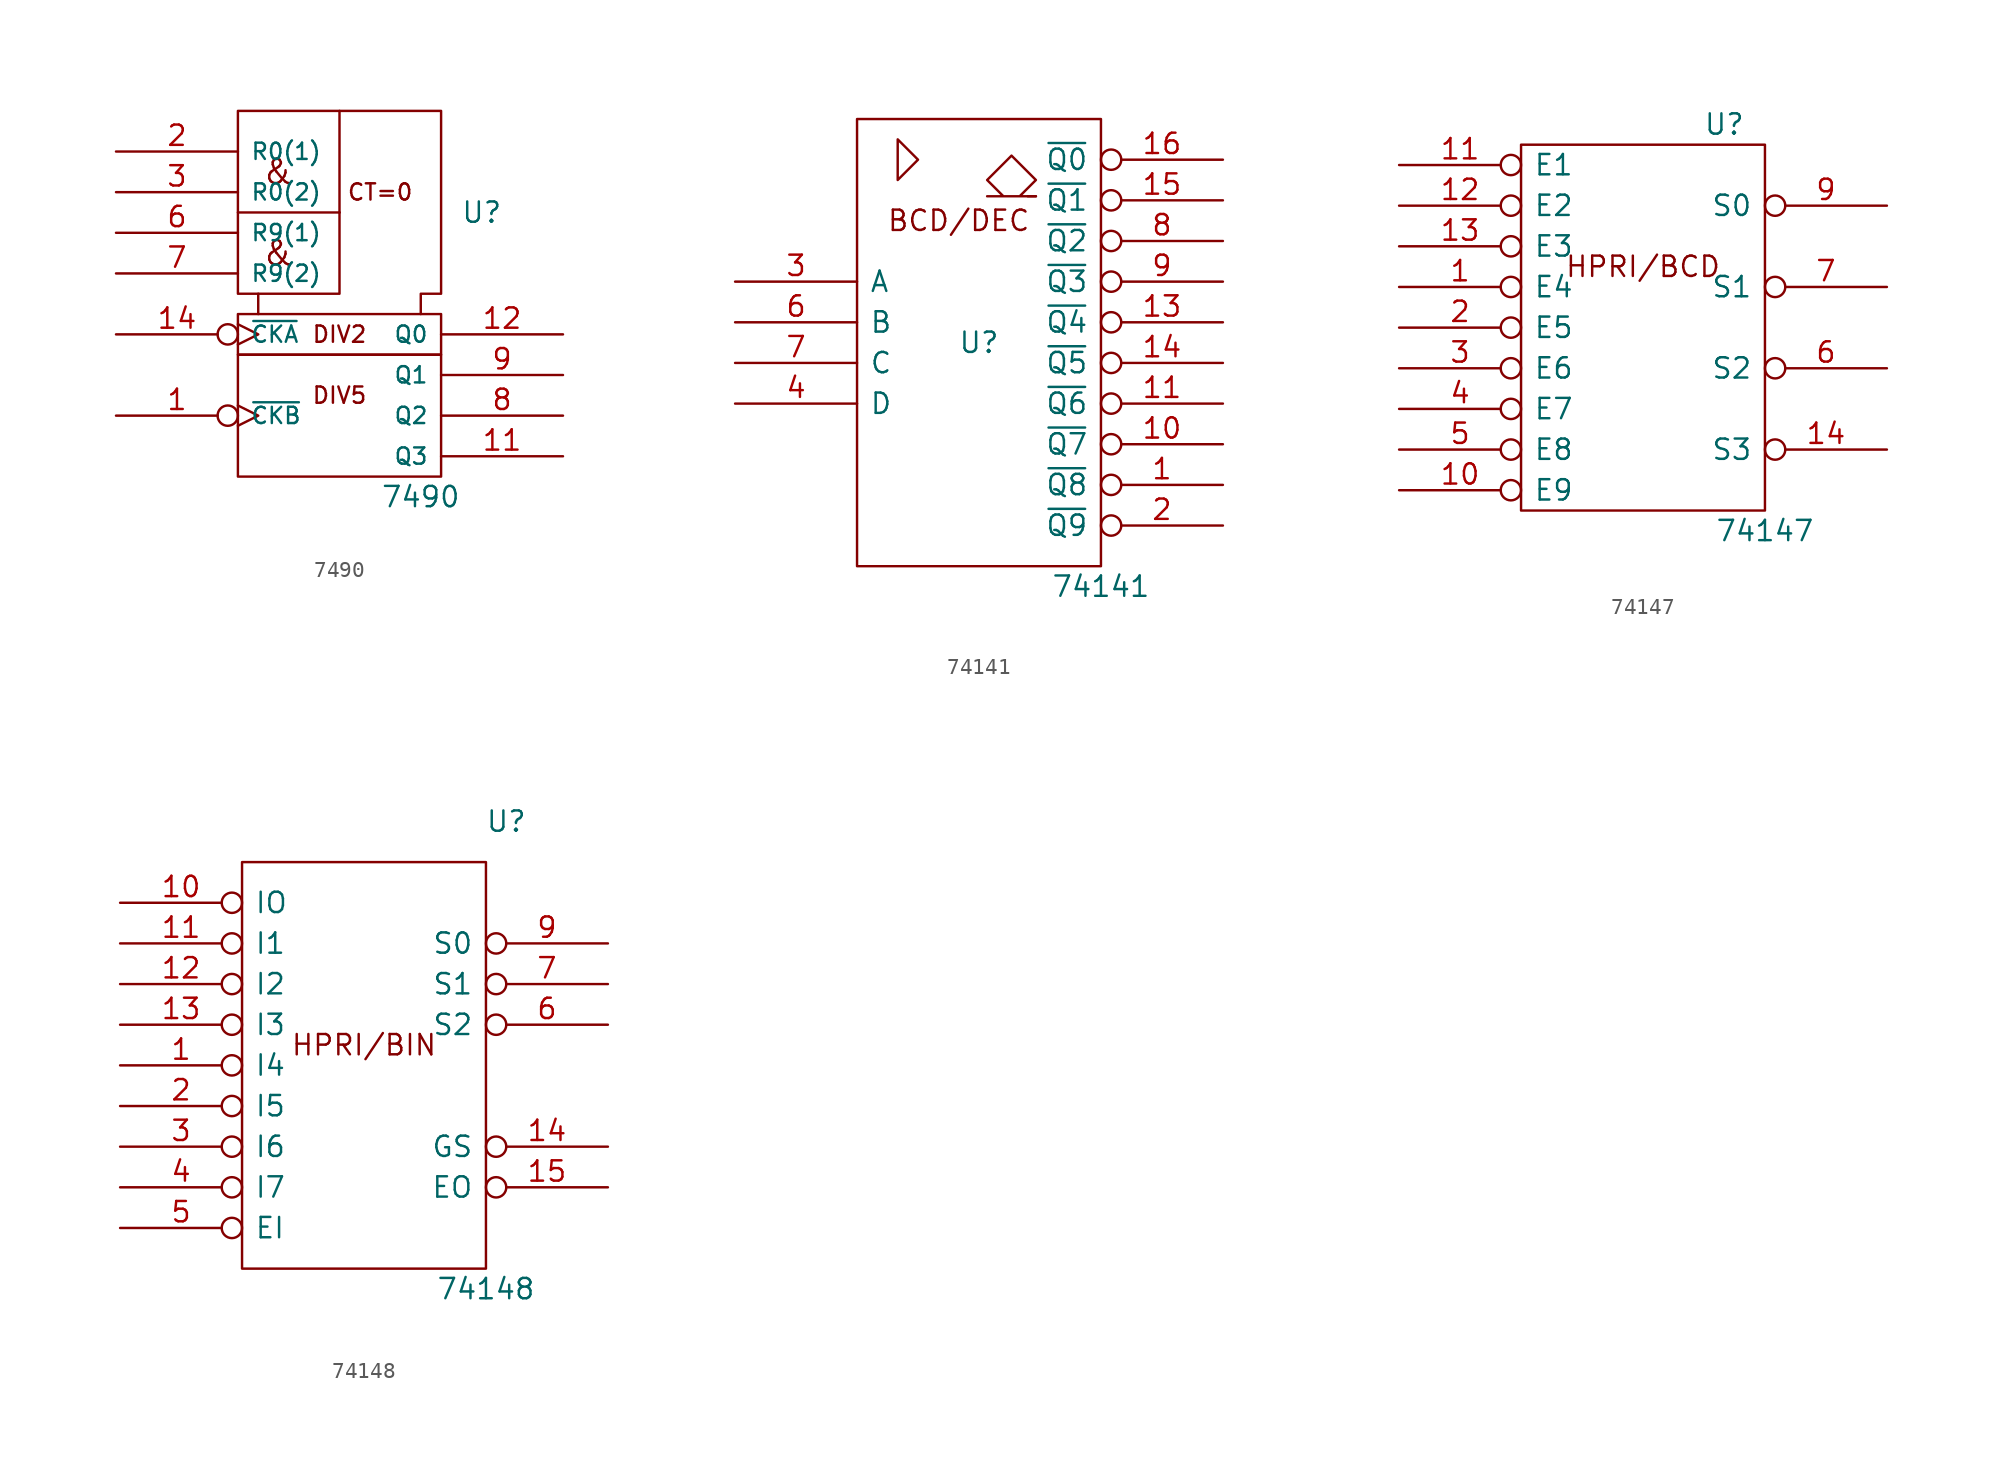
<source format=kicad_sym>
(kicad_symbol_lib
  (version 20201005)
  (generator kicad_symbol_editor)
  (symbol "7490"
    (pin_names
      (offset 0.762))
    (property "Reference" "U"
      (at 8.89 15.24 0)
      (effects (font (size 1.27 1.27))))
    (property "Value" "7490"
      (at 5.08 -2.54 0)
      (effects (font (size 1.27 1.27))))
    (symbol "7490_0_0"
      (text "&" (at -3.81 12.7 0) (effects (font (size 1.524 1.524))))
      (text "&" (at -3.81 17.78 0) (effects (font (size 1.524 1.524))))
      (text "CT=0" (at 2.54 16.51 0) (effects (font (size 1.016 1.016))))
      (text "DIV2" (at 0 7.62 0) (effects (font (size 1.016 1.016))))
      (text "DIV5" (at 0 3.81 0) (effects (font (size 1.016 1.016))))
      (rectangle (start -6.35 6.35) (end 6.35 -1.27) (stroke (width 0)) (fill (type none)))
      (rectangle (start -6.35 8.89) (end 6.35 6.35) (stroke (width 0)) (fill (type none)))
      (polyline (pts (xy 0 15.24) (xy -6.35 15.24) (xy -6.35 15.24)) (stroke (width 0)) (fill (type none)))
      (polyline (pts (xy 0 21.59) (xy 0 15.24) (xy 0 15.24)) (stroke (width 0)) (fill (type none)))
      (polyline (pts (xy 0 15.24) (xy 0 10.16) (xy -5.08 10.16) (xy -5.08 10.16)) (stroke (width 0)) (fill (type none)))
      (polyline (pts (xy -5.08 8.89) (xy -5.08 10.16) (xy -6.35 10.16) (xy -6.35 21.59) (xy 6.35 21.59) (xy 6.35 10.16) (xy 5.08 10.16) (xy 5.08 8.89) (xy 5.08 8.89)) (stroke (width 0)) (fill (type none)))
      (pin input line (at 5.08 21.59 270) (length 0) hide (name "GND" (effects (font (size 1.016 1.016)))) (number "10" (effects (font (size 1.27 1.27)))))
      (pin power_in line (at 1.27 21.59 270) (length 0) hide (name "VCC" (effects (font (size 1.016 1.016)))) (number "5" (effects (font (size 1.27 1.27))))))
    (symbol "7490_1_1"
      (pin input inverted_clock (at -13.97 2.54 0) (length 7.62) (name "~CKB" (effects (font (size 1.016 1.016)))) (number "1" (effects (font (size 1.27 1.27)))))
      (pin output line (at 13.97 0 180) (length 7.62) (name "Q3" (effects (font (size 1.016 1.016)))) (number "11" (effects (font (size 1.27 1.27)))))
      (pin output line (at 13.97 7.62 180) (length 7.62) (name "Q0" (effects (font (size 1.016 1.016)))) (number "12" (effects (font (size 1.27 1.27)))))
      (pin input inverted_clock (at -13.97 7.62 0) (length 7.62) (name "~CKA" (effects (font (size 1.016 1.016)))) (number "14" (effects (font (size 1.27 1.27)))))
      (pin input line (at -13.97 19.05 0) (length 7.62) (name "R0(1)" (effects (font (size 1.016 1.016)))) (number "2" (effects (font (size 1.27 1.27)))))
      (pin input line (at -13.97 16.51 0) (length 7.62) (name "R0(2)" (effects (font (size 1.016 1.016)))) (number "3" (effects (font (size 1.27 1.27)))))
      (pin input line (at -13.97 13.97 0) (length 7.62) (name "R9(1)" (effects (font (size 1.016 1.016)))) (number "6" (effects (font (size 1.27 1.27)))))
      (pin input line (at -13.97 11.43 0) (length 7.62) (name "R9(2)" (effects (font (size 1.016 1.016)))) (number "7" (effects (font (size 1.27 1.27)))))
      (pin output line (at 13.97 2.54 180) (length 7.62) (name "Q2" (effects (font (size 1.016 1.016)))) (number "8" (effects (font (size 1.27 1.27)))))
      (pin output line (at 13.97 5.08 180) (length 7.62) (name "Q1" (effects (font (size 1.016 1.016)))) (number "9" (effects (font (size 1.27 1.27)))))))
  (symbol "74141"
    (pin_names
      (offset 0.762))
    (property "Reference" "U"
      (at 0 0 0)
      (effects (font (size 1.27 1.27))))
    (property "Value" "74141"
      (at 7.62 -15.24 0)
      (effects (font (size 1.27 1.27))))
    (symbol "74141_0_0"
      (text "BCD/DEC" (at -1.27 7.62 0) (effects (font (size 1.27 1.27))))
      (polyline (pts (xy 3.556 9.144) (xy 3.048 9.144) (xy 3.048 9.144)) (stroke (width 0)) (fill (type none)))
      (polyline (pts (xy -5.08 12.7) (xy -5.08 10.16) (xy -3.81 11.43) (xy -5.08 12.7) (xy -5.08 12.7)) (stroke (width 0)) (fill (type none)))
      (polyline (pts (xy 2.54 9.144) (xy 3.556 10.16) (xy 2.032 11.684) (xy 0.508 10.16) (xy 1.524 9.144) (xy 0.508 9.144) (xy 3.556 9.144)) (stroke (width 0)) (fill (type none)))
      (pin power_in line (at 0 -13.97 90) (length 0) hide (name "GND" (effects (font (size 1.27 1.27)))) (number "12" (effects (font (size 1.27 1.27)))))
      (pin power_in line (at 0 13.97 270) (length 0) hide (name "VCC" (effects (font (size 1.27 1.27)))) (number "5" (effects (font (size 1.27 1.27))))))
    (symbol "74141_0_1"
      (rectangle (start -7.62 13.97) (end 7.62 -13.97) (stroke (width 0)) (fill (type none))))
    (symbol "74141_1_1"
      (pin open_collector inverted (at 15.24 -8.89 180) (length 7.62) (name "~Q8" (effects (font (size 1.27 1.27)))) (number "1" (effects (font (size 1.27 1.27)))))
      (pin open_collector inverted (at 15.24 -6.35 180) (length 7.62) (name "~Q7" (effects (font (size 1.27 1.27)))) (number "10" (effects (font (size 1.27 1.27)))))
      (pin open_collector inverted (at 15.24 -3.81 180) (length 7.62) (name "~Q6" (effects (font (size 1.27 1.27)))) (number "11" (effects (font (size 1.27 1.27)))))
      (pin open_collector inverted (at 15.24 1.27 180) (length 7.62) (name "~Q4" (effects (font (size 1.27 1.27)))) (number "13" (effects (font (size 1.27 1.27)))))
      (pin open_collector inverted (at 15.24 -1.27 180) (length 7.62) (name "~Q5" (effects (font (size 1.27 1.27)))) (number "14" (effects (font (size 1.27 1.27)))))
      (pin open_collector inverted (at 15.24 8.89 180) (length 7.62) (name "~Q1" (effects (font (size 1.27 1.27)))) (number "15" (effects (font (size 1.27 1.27)))))
      (pin open_collector inverted (at 15.24 11.43 180) (length 7.62) (name "~Q0" (effects (font (size 1.27 1.27)))) (number "16" (effects (font (size 1.27 1.27)))))
      (pin open_collector inverted (at 15.24 -11.43 180) (length 7.62) (name "~Q9" (effects (font (size 1.27 1.27)))) (number "2" (effects (font (size 1.27 1.27)))))
      (pin input line (at -15.24 3.81 0) (length 7.62) (name "A" (effects (font (size 1.27 1.27)))) (number "3" (effects (font (size 1.27 1.27)))))
      (pin input line (at -15.24 -3.81 0) (length 7.62) (name "D" (effects (font (size 1.27 1.27)))) (number "4" (effects (font (size 1.27 1.27)))))
      (pin input line (at -15.24 1.27 0) (length 7.62) (name "B" (effects (font (size 1.27 1.27)))) (number "6" (effects (font (size 1.27 1.27)))))
      (pin input line (at -15.24 -1.27 0) (length 7.62) (name "C" (effects (font (size 1.27 1.27)))) (number "7" (effects (font (size 1.27 1.27)))))
      (pin open_collector inverted (at 15.24 6.35 180) (length 7.62) (name "~Q2" (effects (font (size 1.27 1.27)))) (number "8" (effects (font (size 1.27 1.27)))))
      (pin open_collector inverted (at 15.24 3.81 180) (length 7.62) (name "~Q3" (effects (font (size 1.27 1.27)))) (number "9" (effects (font (size 1.27 1.27)))))))
  (symbol "74147"
    (pin_names
      (offset 0.762))
    (property "Reference" "U"
      (at 5.08 12.7 0)
      (effects (font (size 1.27 1.27))))
    (property "Value" "74147"
      (at 7.62 -12.7 0)
      (effects (font (size 1.27 1.27))))
    (symbol "74147_0_0"
      (text "HPRI/BCD" (at 0 3.81 0) (effects (font (size 1.27 1.27))))
      (pin power_in line (at 0 11.43 270) (length 0) hide (name "VCC" (effects (font (size 1.27 1.27)))) (number "16" (effects (font (size 1.27 1.27)))))
      (pin power_in line (at 0 -11.43 90) (length 0) hide (name "GND" (effects (font (size 1.27 1.27)))) (number "8" (effects (font (size 1.27 1.27))))))
    (symbol "74147_0_1"
      (rectangle (start -7.62 11.43) (end 7.62 -11.43) (stroke (width 0)) (fill (type none))))
    (symbol "74147_1_1"
      (pin input inverted (at -15.24 2.54 0) (length 7.62) (name "E4" (effects (font (size 1.27 1.27)))) (number "1" (effects (font (size 1.27 1.27)))))
      (pin input inverted (at -15.24 -10.16 0) (length 7.62) (name "E9" (effects (font (size 1.27 1.27)))) (number "10" (effects (font (size 1.27 1.27)))))
      (pin input inverted (at -15.24 10.16 0) (length 7.62) (name "E1" (effects (font (size 1.27 1.27)))) (number "11" (effects (font (size 1.27 1.27)))))
      (pin input inverted (at -15.24 7.62 0) (length 7.62) (name "E2" (effects (font (size 1.27 1.27)))) (number "12" (effects (font (size 1.27 1.27)))))
      (pin input inverted (at -15.24 5.08 0) (length 7.62) (name "E3" (effects (font (size 1.27 1.27)))) (number "13" (effects (font (size 1.27 1.27)))))
      (pin output inverted (at 15.24 -7.62 180) (length 7.62) (name "S3" (effects (font (size 1.27 1.27)))) (number "14" (effects (font (size 1.27 1.27)))))
      (pin input inverted (at -15.24 0 0) (length 7.62) (name "E5" (effects (font (size 1.27 1.27)))) (number "2" (effects (font (size 1.27 1.27)))))
      (pin input inverted (at -15.24 -2.54 0) (length 7.62) (name "E6" (effects (font (size 1.27 1.27)))) (number "3" (effects (font (size 1.27 1.27)))))
      (pin input inverted (at -15.24 -5.08 0) (length 7.62) (name "E7" (effects (font (size 1.27 1.27)))) (number "4" (effects (font (size 1.27 1.27)))))
      (pin input inverted (at -15.24 -7.62 0) (length 7.62) (name "E8" (effects (font (size 1.27 1.27)))) (number "5" (effects (font (size 1.27 1.27)))))
      (pin output inverted (at 15.24 -2.54 180) (length 7.62) (name "S2" (effects (font (size 1.27 1.27)))) (number "6" (effects (font (size 1.27 1.27)))))
      (pin output inverted (at 15.24 2.54 180) (length 7.62) (name "S1" (effects (font (size 1.27 1.27)))) (number "7" (effects (font (size 1.27 1.27)))))
      (pin output inverted (at 15.24 7.62 180) (length 7.62) (name "S0" (effects (font (size 1.27 1.27)))) (number "9" (effects (font (size 1.27 1.27)))))))
  (symbol "74148"
    (pin_names
      (offset 0.762))
    (property "Reference" "U"
      (at 8.89 15.24 0)
      (effects (font (size 1.27 1.27))))
    (property "Value" "74148"
      (at 7.62 -13.97 0)
      (effects (font (size 1.27 1.27))))
    (symbol "74148_0_0"
      (text "HPRI/BIN" (at 0 1.27 0) (effects (font (size 1.27 1.27))))
      (rectangle (start -7.62 12.7) (end 7.62 -12.7) (stroke (width 0)) (fill (type none)))
      (pin power_in line (at 0 12.7 270) (length 0) hide (name "VCC" (effects (font (size 1.27 1.27)))) (number "16" (effects (font (size 1.27 1.27)))))
      (pin power_in line (at 0 -12.7 90) (length 0) hide (name "GND" (effects (font (size 1.27 1.27)))) (number "8" (effects (font (size 1.27 1.27))))))
    (symbol "74148_1_1"
      (pin input inverted (at -15.24 0 0) (length 7.62) (name "I4" (effects (font (size 1.27 1.27)))) (number "1" (effects (font (size 1.27 1.27)))))
      (pin input inverted (at -15.24 10.16 0) (length 7.62) (name "IO" (effects (font (size 1.27 1.27)))) (number "10" (effects (font (size 1.27 1.27)))))
      (pin input inverted (at -15.24 7.62 0) (length 7.62) (name "I1" (effects (font (size 1.27 1.27)))) (number "11" (effects (font (size 1.27 1.27)))))
      (pin input inverted (at -15.24 5.08 0) (length 7.62) (name "I2" (effects (font (size 1.27 1.27)))) (number "12" (effects (font (size 1.27 1.27)))))
      (pin input inverted (at -15.24 2.54 0) (length 7.62) (name "I3" (effects (font (size 1.27 1.27)))) (number "13" (effects (font (size 1.27 1.27)))))
      (pin output inverted (at 15.24 -5.08 180) (length 7.62) (name "GS" (effects (font (size 1.27 1.27)))) (number "14" (effects (font (size 1.27 1.27)))))
      (pin output inverted (at 15.24 -7.62 180) (length 7.62) (name "EO" (effects (font (size 1.27 1.27)))) (number "15" (effects (font (size 1.27 1.27)))))
      (pin input inverted (at -15.24 -2.54 0) (length 7.62) (name "I5" (effects (font (size 1.27 1.27)))) (number "2" (effects (font (size 1.27 1.27)))))
      (pin input inverted (at -15.24 -5.08 0) (length 7.62) (name "I6" (effects (font (size 1.27 1.27)))) (number "3" (effects (font (size 1.27 1.27)))))
      (pin input inverted (at -15.24 -7.62 0) (length 7.62) (name "I7" (effects (font (size 1.27 1.27)))) (number "4" (effects (font (size 1.27 1.27)))))
      (pin input inverted (at -15.24 -10.16 0) (length 7.62) (name "EI" (effects (font (size 1.27 1.27)))) (number "5" (effects (font (size 1.27 1.27)))))
      (pin output inverted (at 15.24 2.54 180) (length 7.62) (name "S2" (effects (font (size 1.27 1.27)))) (number "6" (effects (font (size 1.27 1.27)))))
      (pin output inverted (at 15.24 5.08 180) (length 7.62) (name "S1" (effects (font (size 1.27 1.27)))) (number "7" (effects (font (size 1.27 1.27)))))
      (pin output inverted (at 15.24 7.62 180) (length 7.62) (name "S0" (effects (font (size 1.27 1.27)))) (number "9" (effects (font (size 1.27 1.27))))))))
</source>
